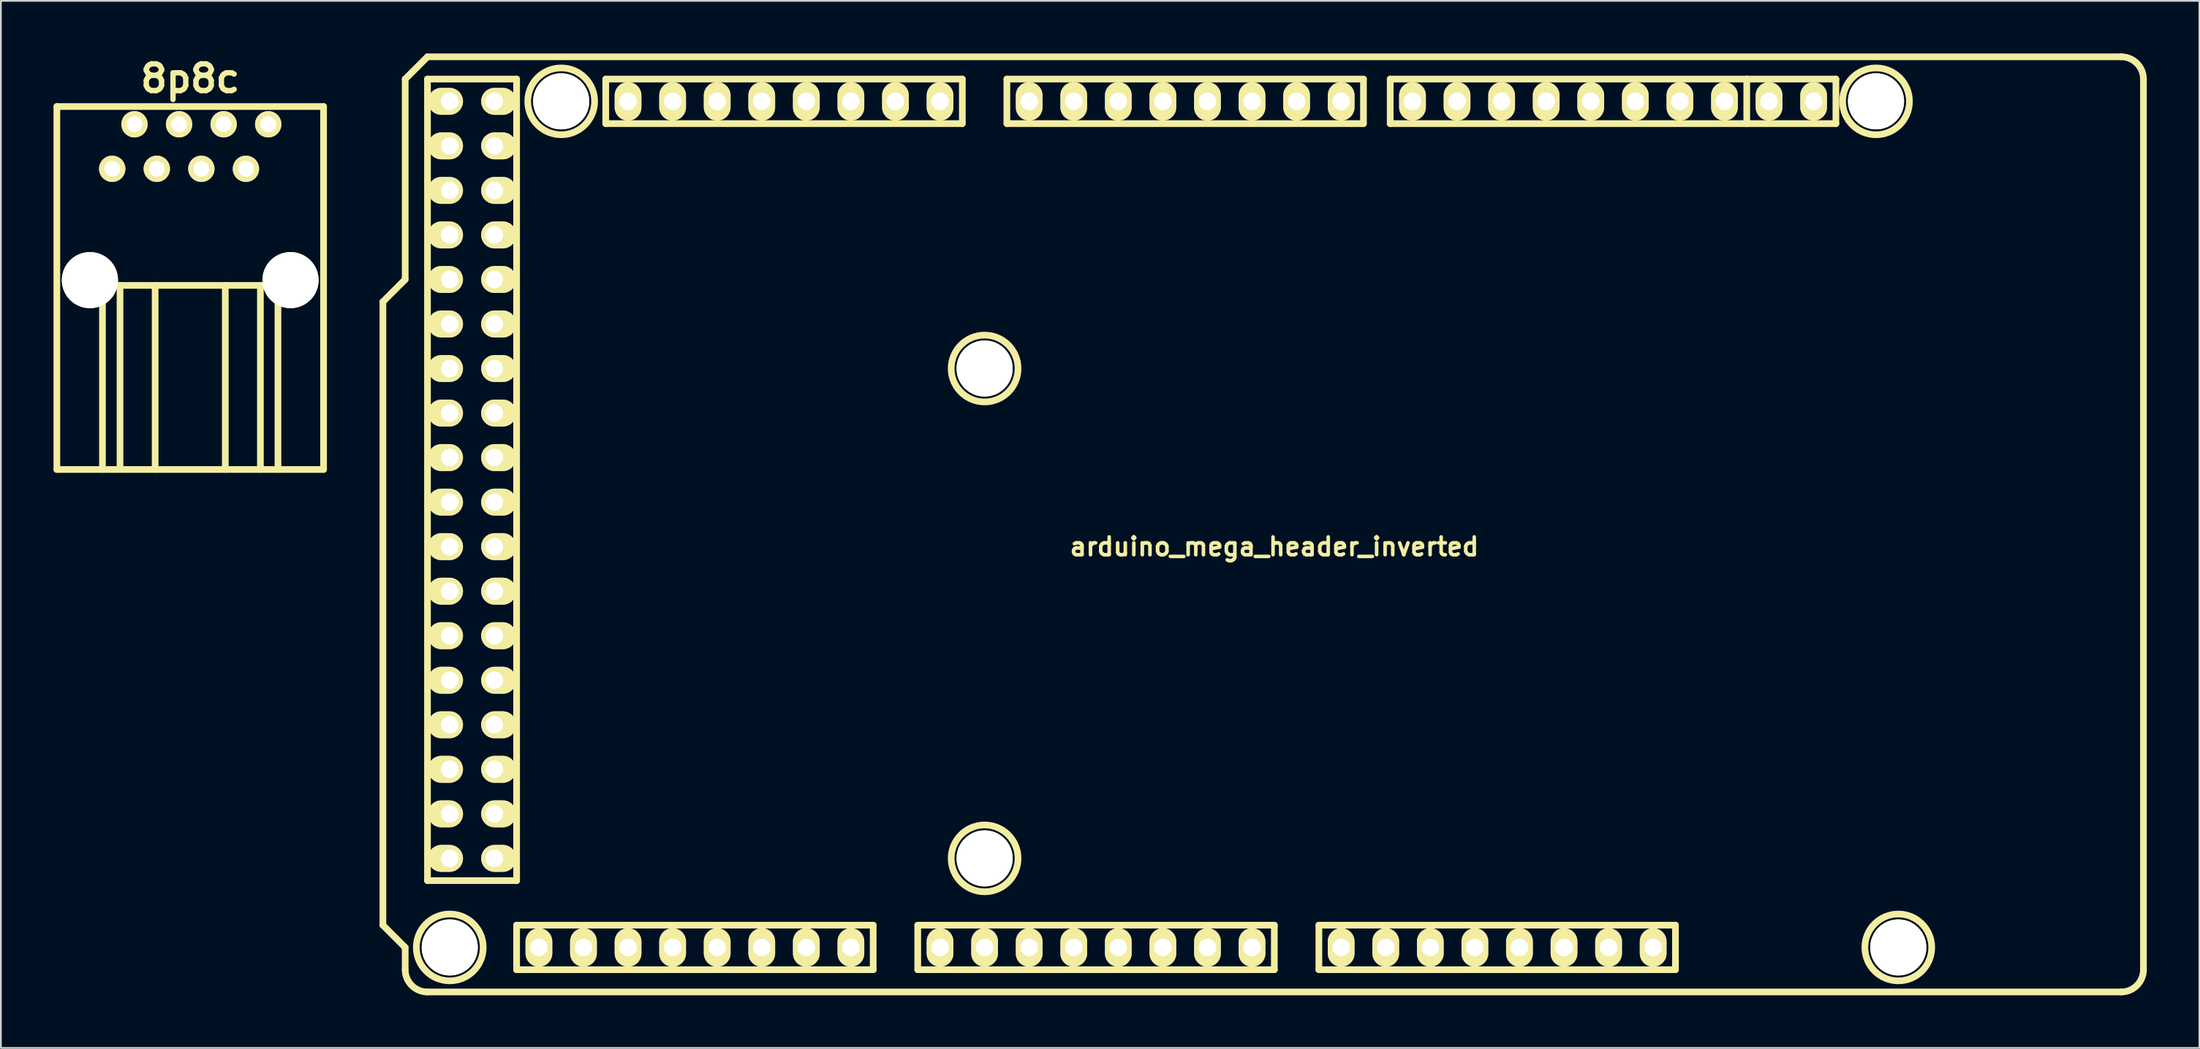
<source format=kicad_pcb>
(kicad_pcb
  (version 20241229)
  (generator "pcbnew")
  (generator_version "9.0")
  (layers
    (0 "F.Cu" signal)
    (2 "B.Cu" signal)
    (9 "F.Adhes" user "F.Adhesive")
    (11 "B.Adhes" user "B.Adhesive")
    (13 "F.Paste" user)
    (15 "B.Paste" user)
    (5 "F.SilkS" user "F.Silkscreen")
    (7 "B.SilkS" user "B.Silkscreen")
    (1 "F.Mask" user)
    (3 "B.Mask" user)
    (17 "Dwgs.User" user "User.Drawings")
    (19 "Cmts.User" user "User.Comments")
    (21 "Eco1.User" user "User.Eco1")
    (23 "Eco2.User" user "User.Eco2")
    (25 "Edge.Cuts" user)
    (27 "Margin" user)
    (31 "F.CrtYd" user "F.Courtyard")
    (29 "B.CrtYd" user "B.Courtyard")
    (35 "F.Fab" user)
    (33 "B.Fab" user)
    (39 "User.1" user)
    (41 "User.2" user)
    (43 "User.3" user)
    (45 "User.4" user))
  (footprint "8p8c"
    (layer "F.Cu")
    (at 7.79 12.928)
    (property "Reference" "8p8c" (at 0 -11.501 0) (layer "F.SilkS") (effects (font (size 1.524 1.524) (thickness 0.305))))
    (attr through_hole)
    (fp_line (start -7.6 -9.901) (end 7.6 -9.901) (stroke (width 0.381) (type solid)) (layer "F.SilkS"))
    (fp_line (start -7.6 10.8) (end -7.6 -9.901) (stroke (width 0.381) (type solid)) (layer "F.SilkS"))
    (fp_line (start -7.6 10.8) (end 7.6 10.8) (stroke (width 0.381) (type solid)) (layer "F.SilkS"))
    (fp_line (start -5.001 0.3) (end -5.001 10.8) (stroke (width 0.381) (type solid)) (layer "F.SilkS"))
    (fp_line (start -5.001 0.3) (end 5.001 0.3) (stroke (width 0.381) (type solid)) (layer "F.SilkS"))
    (fp_line (start -4 10.8) (end -4 0.3) (stroke (width 0.381) (type solid)) (layer "F.SilkS"))
    (fp_line (start -1.999 10.8) (end -1.999 0.3) (stroke (width 0.381) (type solid)) (layer "F.SilkS"))
    (fp_line (start 1.999 10.8) (end 1.999 0.3) (stroke (width 0.381) (type solid)) (layer "F.SilkS"))
    (fp_line (start 4 0.3) (end 4 10.8) (stroke (width 0.381) (type solid)) (layer "F.SilkS"))
    (fp_line (start 5.001 0.3) (end 5.001 10.8) (stroke (width 0.381) (type solid)) (layer "F.SilkS"))
    (fp_line (start 7.6 -9.901) (end 7.6 10.8) (stroke (width 0.381) (type solid)) (layer "F.SilkS"))
    (pad "" np_thru_hole circle (at -5.715 0) (size 3.2 3.2) (drill 3.2) (layers "*.Cu" "*.Mask" "F.SilkS"))
    (pad "" np_thru_hole circle (at 5.715 0) (size 3.2 3.2) (drill 3.2) (layers "*.Cu" "*.Mask" "F.SilkS"))
    (pad "1" thru_hole circle (at -4.445 -6.35) (size 1.501 1.501) (drill 0.899) (layers "*.Cu" "*.Mask" "F.SilkS"))
    (pad "2" thru_hole circle (at -3.175 -8.89) (size 1.501 1.501) (drill 0.899) (layers "*.Cu" "*.Mask" "F.SilkS"))
    (pad "3" thru_hole circle (at -1.905 -6.35) (size 1.501 1.501) (drill 0.899) (layers "*.Cu" "*.Mask" "F.SilkS"))
    (pad "4" thru_hole circle (at -0.635 -8.89) (size 1.501 1.501) (drill 0.899) (layers "*.Cu" "*.Mask" "F.SilkS"))
    (pad "5" thru_hole circle (at 0.635 -6.35) (size 1.501 1.501) (drill 0.899) (layers "*.Cu" "*.Mask" "F.SilkS"))
    (pad "6" thru_hole circle (at 1.905 -8.89) (size 1.501 1.501) (drill 0.899) (layers "*.Cu" "*.Mask" "F.SilkS"))
    (pad "7" thru_hole circle (at 3.175 -6.35) (size 1.501 1.501) (drill 0.899) (layers "*.Cu" "*.Mask" "F.SilkS"))
    (pad "8" thru_hole circle (at 4.445 -8.89) (size 1.501 1.501) (drill 0.899) (layers "*.Cu" "*.Mask" "F.SilkS")))
  (footprint "arduino_mega_header_inverted"
    (layer "F.Cu")
    (at 69.571 26.86)
    (property "Reference" "arduino_mega_header_inverted" (at 0 1.27 0) (layer "F.SilkS") (effects (font (size 1.016 1.016) (thickness 0.203))))
    (attr through_hole)
    (fp_line (start -50.8 -12.7) (end -50.8 22.86) (stroke (width 0.381) (type solid)) (layer "F.SilkS"))
    (fp_line (start -50.8 22.86) (end -49.53 24.13) (stroke (width 0.381) (type solid)) (layer "F.SilkS"))
    (fp_line (start -49.53 -25.4) (end -49.53 -13.97) (stroke (width 0.381) (type solid)) (layer "F.SilkS"))
    (fp_line (start -49.53 -13.97) (end -50.8 -12.7) (stroke (width 0.381) (type solid)) (layer "F.SilkS"))
    (fp_line (start -49.53 24.13) (end -49.53 25.4) (stroke (width 0.381) (type solid)) (layer "F.SilkS"))
    (fp_line (start -48.26 -26.67) (end -49.53 -25.4) (stroke (width 0.381) (type solid)) (layer "F.SilkS"))
    (fp_line (start -48.26 -25.4) (end -43.18 -25.4) (stroke (width 0.381) (type solid)) (layer "F.SilkS"))
    (fp_line (start -48.26 20.32) (end -48.26 -25.4) (stroke (width 0.381) (type solid)) (layer "F.SilkS"))
    (fp_line (start -43.18 -25.4) (end -43.18 20.32) (stroke (width 0.381) (type solid)) (layer "F.SilkS"))
    (fp_line (start -43.18 20.32) (end -48.26 20.32) (stroke (width 0.381) (type solid)) (layer "F.SilkS"))
    (fp_line (start -43.18 22.86) (end -43.18 25.4) (stroke (width 0.381) (type solid)) (layer "F.SilkS"))
    (fp_line (start -43.18 25.4) (end -22.86 25.4) (stroke (width 0.381) (type solid)) (layer "F.SilkS"))
    (fp_line (start -38.1 -25.4) (end -17.78 -25.4) (stroke (width 0.381) (type solid)) (layer "F.SilkS"))
    (fp_line (start -38.1 -22.86) (end -38.1 -25.4) (stroke (width 0.381) (type solid)) (layer "F.SilkS"))
    (fp_line (start -22.86 22.86) (end -43.18 22.86) (stroke (width 0.381) (type solid)) (layer "F.SilkS"))
    (fp_line (start -22.86 25.4) (end -22.86 22.86) (stroke (width 0.381) (type solid)) (layer "F.SilkS"))
    (fp_line (start -20.32 22.86) (end 0 22.86) (stroke (width 0.381) (type solid)) (layer "F.SilkS"))
    (fp_line (start -20.32 25.4) (end -20.32 22.86) (stroke (width 0.381) (type solid)) (layer "F.SilkS"))
    (fp_line (start -17.78 -25.4) (end -17.78 -22.86) (stroke (width 0.381) (type solid)) (layer "F.SilkS"))
    (fp_line (start -17.78 -22.86) (end -38.1 -22.86) (stroke (width 0.381) (type solid)) (layer "F.SilkS"))
    (fp_line (start -15.24 -25.4) (end -15.24 -22.86) (stroke (width 0.381) (type solid)) (layer "F.SilkS"))
    (fp_line (start -15.24 -22.86) (end 5.08 -22.86) (stroke (width 0.381) (type solid)) (layer "F.SilkS"))
    (fp_line (start 0 22.86) (end 0 25.4) (stroke (width 0.381) (type solid)) (layer "F.SilkS"))
    (fp_line (start 0 25.4) (end -20.32 25.4) (stroke (width 0.381) (type solid)) (layer "F.SilkS"))
    (fp_line (start 2.54 22.86) (end 2.54 25.4) (stroke (width 0.381) (type solid)) (layer "F.SilkS"))
    (fp_line (start 2.54 22.86) (end 22.86 22.86) (stroke (width 0.381) (type solid)) (layer "F.SilkS"))
    (fp_line (start 5.08 -25.4) (end -15.24 -25.4) (stroke (width 0.381) (type solid)) (layer "F.SilkS"))
    (fp_line (start 5.08 -22.86) (end 5.08 -25.4) (stroke (width 0.381) (type solid)) (layer "F.SilkS"))
    (fp_line (start 6.604 -25.4) (end 26.924 -25.4) (stroke (width 0.381) (type solid)) (layer "F.SilkS"))
    (fp_line (start 6.604 -22.86) (end 6.604 -25.4) (stroke (width 0.381) (type solid)) (layer "F.SilkS"))
    (fp_line (start 6.604 -22.86) (end 26.924 -22.86) (stroke (width 0.381) (type solid)) (layer "F.SilkS"))
    (fp_line (start 22.86 25.4) (end 2.54 25.4) (stroke (width 0.381) (type solid)) (layer "F.SilkS"))
    (fp_line (start 22.86 25.4) (end 22.86 22.86) (stroke (width 0.381) (type solid)) (layer "F.SilkS"))
    (fp_line (start 26.924 -25.4) (end 32.004 -25.4) (stroke (width 0.381) (type solid)) (layer "F.SilkS"))
    (fp_line (start 26.924 -22.86) (end 26.924 -25.4) (stroke (width 0.381) (type solid)) (layer "F.SilkS"))
    (fp_line (start 32.004 -25.4) (end 32.004 -22.86) (stroke (width 0.381) (type solid)) (layer "F.SilkS"))
    (fp_line (start 32.004 -22.86) (end 26.924 -22.86) (stroke (width 0.381) (type solid)) (layer "F.SilkS"))
    (fp_line (start 48.26 -26.67) (end -48.26 -26.67) (stroke (width 0.381) (type solid)) (layer "F.SilkS"))
    (fp_line (start 48.26 26.67) (end -48.26 26.67) (stroke (width 0.381) (type solid)) (layer "F.SilkS"))
    (fp_line (start 49.53 25.4) (end 49.53 -25.4) (stroke (width 0.381) (type solid)) (layer "F.SilkS"))
    (fp_arc (start -48.26 26.67) (mid -49.158026 26.298026) (end -49.53 25.4) (stroke (width 0.381) (type solid)) (layer "F.SilkS"))
    (fp_arc (start 48.26 -26.67) (mid 49.158026 -26.298026) (end 49.53 -25.4) (stroke (width 0.381) (type solid)) (layer "F.SilkS"))
    (fp_arc (start 49.53 25.4) (mid 49.158026 26.298026) (end 48.26 26.67) (stroke (width 0.381) (type solid)) (layer "F.SilkS"))
    (fp_circle (center -46.99 24.13) (end -48.895 24.13) (stroke (width 0.381) (type solid)) (fill no) (layer "F.SilkS"))
    (fp_circle (center -40.64 -24.13) (end -42.545 -24.13) (stroke (width 0.381) (type solid)) (fill no) (layer "F.SilkS"))
    (fp_circle (center -16.51 -8.89) (end -18.415 -8.89) (stroke (width 0.381) (type solid)) (fill no) (layer "F.SilkS"))
    (fp_circle (center -16.51 19.05) (end -18.415 19.05) (stroke (width 0.381) (type solid)) (fill no) (layer "F.SilkS"))
    (fp_circle (center 34.29 -24.13) (end 32.385 -24.13) (stroke (width 0.381) (type solid)) (fill no) (layer "F.SilkS"))
    (fp_circle (center 35.56 24.13) (end 33.655 24.13) (stroke (width 0.381) (type solid)) (fill no) (layer "F.SilkS"))
    (pad "" np_thru_hole circle (at -46.99 24.13) (size 3.198 3.198) (drill 3.198) (layers "*.Cu" "*.Mask" "F.SilkS"))
    (pad "" np_thru_hole circle (at -40.64 -24.13) (size 3.198 3.198) (drill 3.198) (layers "*.Cu" "*.Mask" "F.SilkS"))
    (pad "" np_thru_hole circle (at -16.51 -8.89) (size 3.198 3.198) (drill 3.198) (layers "*.Cu" "*.Mask" "F.SilkS"))
    (pad "" np_thru_hole circle (at -16.51 19.05) (size 3.198 3.198) (drill 3.198) (layers "*.Cu" "*.Mask" "F.SilkS"))
    (pad "" np_thru_hole circle (at 34.29 -24.13) (size 3.198 3.198) (drill 3.198) (layers "*.Cu" "*.Mask" "F.SilkS"))
    (pad "" np_thru_hole circle (at 35.56 24.13) (size 3.198 3.198) (drill 3.198) (layers "*.Cu" "*.Mask" "F.SilkS"))
    (pad "1" thru_hole oval (at 21.59 24.13) (size 1.524 2.2) (drill 1.001) (layers "*.Cu" "*.Mask" "F.SilkS"))
    (pad "2" thru_hole oval (at 19.05 24.13) (size 1.524 2.2) (drill 1.001) (layers "*.Cu" "*.Mask" "F.SilkS"))
    (pad "3" thru_hole oval (at 16.51 24.13) (size 1.524 2.2) (drill 1.001) (layers "*.Cu" "*.Mask" "F.SilkS"))
    (pad "4" thru_hole oval (at 13.97 24.13) (size 1.524 2.2) (drill 1.001) (layers "*.Cu" "*.Mask" "F.SilkS"))
    (pad "5" thru_hole oval (at 11.43 24.13) (size 1.524 2.2) (drill 1.001) (layers "*.Cu" "*.Mask" "F.SilkS"))
    (pad "6" thru_hole oval (at 8.89 24.13) (size 1.524 2.2) (drill 1.001) (layers "*.Cu" "*.Mask" "F.SilkS"))
    (pad "7" thru_hole oval (at 6.35 24.13) (size 1.524 2.2) (drill 1.001) (layers "*.Cu" "*.Mask" "F.SilkS"))
    (pad "8" thru_hole oval (at 3.81 24.13) (size 1.524 2.2) (drill 1.001) (layers "*.Cu" "*.Mask" "F.SilkS"))
    (pad "9" thru_hole oval (at -1.27 24.13) (size 1.524 2.2) (drill 1.001) (layers "*.Cu" "*.Mask" "F.SilkS"))
    (pad "10" thru_hole oval (at -3.81 24.13) (size 1.524 2.2) (drill 1.001) (layers "*.Cu" "*.Mask" "F.SilkS"))
    (pad "11" thru_hole oval (at -6.35 24.13) (size 1.524 2.2) (drill 1.001) (layers "*.Cu" "*.Mask" "F.SilkS"))
    (pad "12" thru_hole oval (at -8.89 24.13) (size 1.524 2.2) (drill 1.001) (layers "*.Cu" "*.Mask" "F.SilkS"))
    (pad "13" thru_hole oval (at -11.43 24.13) (size 1.524 2.2) (drill 1.001) (layers "*.Cu" "*.Mask" "F.SilkS"))
    (pad "14" thru_hole oval (at -13.97 24.13) (size 1.524 2.2) (drill 1.001) (layers "*.Cu" "*.Mask" "F.SilkS"))
    (pad "15" thru_hole oval (at -16.51 24.13) (size 1.524 2.2) (drill 1.001) (layers "*.Cu" "*.Mask" "F.SilkS"))
    (pad "16" thru_hole oval (at -19.05 24.13) (size 1.524 2.2) (drill 1.001) (layers "*.Cu" "*.Mask" "F.SilkS"))
    (pad "17" thru_hole oval (at -24.13 24.13) (size 1.524 2.2) (drill 1.001) (layers "*.Cu" "*.Mask" "F.SilkS"))
    (pad "18" thru_hole oval (at -26.67 24.13) (size 1.524 2.2) (drill 1.001) (layers "*.Cu" "*.Mask" "F.SilkS"))
    (pad "19" thru_hole oval (at -29.21 24.13) (size 1.524 2.2) (drill 1.001) (layers "*.Cu" "*.Mask" "F.SilkS"))
    (pad "20" thru_hole oval (at -31.75 24.13) (size 1.524 2.197) (drill 1.001) (layers "*.Cu" "*.Mask" "F.SilkS"))
    (pad "21" thru_hole oval (at -34.29 24.13) (size 1.524 2.197) (drill 1.001) (layers "*.Cu" "*.Mask" "F.SilkS"))
    (pad "22" thru_hole oval (at -36.83 24.13) (size 1.524 2.197) (drill 1.001) (layers "*.Cu" "*.Mask" "F.SilkS"))
    (pad "23" thru_hole oval (at -39.37 24.13) (size 1.524 2.197) (drill 1.001) (layers "*.Cu" "*.Mask" "F.SilkS"))
    (pad "24" thru_hole oval (at -41.91 24.13) (size 1.524 2.197) (drill 1.001) (layers "*.Cu" "*.Mask" "F.SilkS"))
    (pad "25" thru_hole oval (at -44.45 19.05) (size 1.999 1.539) (drill 1.001 (offset 0.249 0)) (layers "*.Cu" "*.Mask" "F.SilkS"))
    (pad "26" thru_hole oval (at -44.45 16.51) (size 1.999 1.539) (drill 1.001 (offset 0.249 0)) (layers "*.Cu" "*.Mask" "F.SilkS"))
    (pad "27" thru_hole oval (at -44.45 13.97) (size 1.999 1.539) (drill 1.001 (offset 0.249 0)) (layers "*.Cu" "*.Mask" "F.SilkS"))
    (pad "28" thru_hole oval (at -44.45 11.43) (size 1.999 1.539) (drill 1.001 (offset 0.249 0)) (layers "*.Cu" "*.Mask" "F.SilkS"))
    (pad "29" thru_hole oval (at -44.45 8.89) (size 1.999 1.539) (drill 1.001 (offset 0.249 0)) (layers "*.Cu" "*.Mask" "F.SilkS"))
    (pad "30" thru_hole oval (at -44.45 6.35) (size 1.999 1.539) (drill 1.001 (offset 0.249 0)) (layers "*.Cu" "*.Mask" "F.SilkS"))
    (pad "31" thru_hole oval (at -44.45 3.81) (size 1.999 1.539) (drill 1.001 (offset 0.249 0)) (layers "*.Cu" "*.Mask" "F.SilkS"))
    (pad "32" thru_hole oval (at -44.45 1.27) (size 1.999 1.539) (drill 1.001 (offset 0.249 0)) (layers "*.Cu" "*.Mask" "F.SilkS"))
    (pad "33" thru_hole oval (at -44.45 -1.27) (size 1.999 1.539) (drill 1.001 (offset 0.249 0)) (layers "*.Cu" "*.Mask" "F.SilkS"))
    (pad "34" thru_hole oval (at -44.45 -3.81) (size 1.999 1.539) (drill 1.001 (offset 0.249 0)) (layers "*.Cu" "*.Mask" "F.SilkS"))
    (pad "35" thru_hole oval (at -44.45 -6.35) (size 1.999 1.539) (drill 1.001 (offset 0.249 0)) (layers "*.Cu" "*.Mask" "F.SilkS"))
    (pad "36" thru_hole oval (at -44.45 -8.89) (size 1.999 1.539) (drill 1.001 (offset 0.249 0)) (layers "*.Cu" "*.Mask" "F.SilkS"))
    (pad "37" thru_hole oval (at -44.45 -11.43) (size 1.999 1.539) (drill 1.001 (offset 0.249 0)) (layers "*.Cu" "*.Mask" "F.SilkS"))
    (pad "38" thru_hole oval (at -44.45 -13.97) (size 1.999 1.539) (drill 1.001 (offset 0.249 0)) (layers "*.Cu" "*.Mask" "F.SilkS"))
    (pad "39" thru_hole oval (at -44.45 -16.51) (size 1.999 1.539) (drill 1.001 (offset 0.249 0)) (layers "*.Cu" "*.Mask" "F.SilkS"))
    (pad "40" thru_hole oval (at -44.45 -19.05) (size 1.999 1.539) (drill 1.001 (offset 0.249 0)) (layers "*.Cu" "*.Mask" "F.SilkS"))
    (pad "41" thru_hole oval (at -44.45 -21.59) (size 1.999 1.539) (drill 1.001 (offset 0.249 0)) (layers "*.Cu" "*.Mask" "F.SilkS"))
    (pad "42" thru_hole oval (at -44.45 -24.13) (size 1.999 1.539) (drill 1.001 (offset 0.249 0)) (layers "*.Cu" "*.Mask" "F.SilkS"))
    (pad "43" thru_hole oval (at -46.99 19.05) (size 1.999 1.537) (drill 1.001 (offset -0.246 0)) (layers "*.Cu" "*.Mask" "F.SilkS"))
    (pad "44" thru_hole oval (at -46.99 16.51) (size 1.999 1.537) (drill 1.001 (offset -0.246 0)) (layers "*.Cu" "*.Mask" "F.SilkS"))
    (pad "45" thru_hole oval (at -46.99 13.97) (size 1.999 1.537) (drill 1.001 (offset -0.246 0)) (layers "*.Cu" "*.Mask" "F.SilkS"))
    (pad "46" thru_hole oval (at -46.99 11.43) (size 1.999 1.537) (drill 1.001 (offset -0.246 0)) (layers "*.Cu" "*.Mask" "F.SilkS"))
    (pad "47" thru_hole oval (at -46.99 8.89) (size 1.999 1.537) (drill 1.001 (offset -0.246 0)) (layers "*.Cu" "*.Mask" "F.SilkS"))
    (pad "48" thru_hole oval (at -46.99 6.35) (size 1.999 1.537) (drill 1.001 (offset -0.246 0)) (layers "*.Cu" "*.Mask" "F.SilkS"))
    (pad "49" thru_hole oval (at -46.99 3.81) (size 1.999 1.537) (drill 1.001 (offset -0.246 0)) (layers "*.Cu" "*.Mask" "F.SilkS"))
    (pad "50" thru_hole oval (at -46.99 1.27) (size 1.999 1.537) (drill 1.001 (offset -0.246 0)) (layers "*.Cu" "*.Mask" "F.SilkS"))
    (pad "51" thru_hole oval (at -46.99 -1.27) (size 1.999 1.537) (drill 1.001 (offset -0.246 0)) (layers "*.Cu" "*.Mask" "F.SilkS"))
    (pad "52" thru_hole oval (at -46.99 -3.81) (size 1.999 1.537) (drill 1.001 (offset -0.246 0)) (layers "*.Cu" "*.Mask" "F.SilkS"))
    (pad "53" thru_hole oval (at -46.99 -6.35) (size 1.999 1.537) (drill 1.001 (offset -0.246 0)) (layers "*.Cu" "*.Mask" "F.SilkS"))
    (pad "54" thru_hole oval (at -46.99 -8.89) (size 1.999 1.537) (drill 1.001 (offset -0.246 0)) (layers "*.Cu" "*.Mask" "F.SilkS"))
    (pad "55" thru_hole oval (at -46.99 -11.43) (size 1.999 1.537) (drill 1.001 (offset -0.246 0)) (layers "*.Cu" "*.Mask" "F.SilkS"))
    (pad "56" thru_hole oval (at -46.99 -13.97) (size 1.999 1.537) (drill 1.001 (offset -0.246 0)) (layers "*.Cu" "*.Mask" "F.SilkS"))
    (pad "57" thru_hole oval (at -46.99 -16.51) (size 1.999 1.537) (drill 1.001 (offset -0.246 0)) (layers "*.Cu" "*.Mask" "F.SilkS"))
    (pad "58" thru_hole oval (at -46.99 -19.05) (size 1.999 1.537) (drill 1.001 (offset -0.246 0)) (layers "*.Cu" "*.Mask" "F.SilkS"))
    (pad "59" thru_hole oval (at -46.99 -21.59) (size 1.999 1.537) (drill 1.001 (offset -0.246 0)) (layers "*.Cu" "*.Mask" "F.SilkS"))
    (pad "60" thru_hole oval (at -46.99 -24.13) (size 1.999 1.537) (drill 1.001 (offset -0.246 0)) (layers "*.Cu" "*.Mask" "F.SilkS"))
    (pad "61" thru_hole oval (at -36.83 -24.13) (size 1.524 2.197) (drill 1.001) (layers "*.Cu" "*.Mask" "F.SilkS"))
    (pad "62" thru_hole oval (at -34.29 -24.13) (size 1.524 2.197) (drill 1.001) (layers "*.Cu" "*.Mask" "F.SilkS"))
    (pad "63" thru_hole oval (at -31.75 -24.13) (size 1.524 2.197) (drill 1.001) (layers "*.Cu" "*.Mask" "F.SilkS"))
    (pad "64" thru_hole oval (at -29.21 -24.13) (size 1.524 2.197) (drill 1.001) (layers "*.Cu" "*.Mask" "F.SilkS"))
    (pad "65" thru_hole oval (at -26.67 -24.13) (size 1.524 2.197) (drill 1.001) (layers "*.Cu" "*.Mask" "F.SilkS"))
    (pad "66" thru_hole oval (at -24.13 -24.13) (size 1.524 2.197) (drill 1.001) (layers "*.Cu" "*.Mask" "F.SilkS"))
    (pad "67" thru_hole oval (at -21.59 -24.13) (size 1.524 2.197) (drill 1.001) (layers "*.Cu" "*.Mask" "F.SilkS"))
    (pad "68" thru_hole oval (at -19.05 -24.13) (size 1.524 2.197) (drill 1.001) (layers "*.Cu" "*.Mask" "F.SilkS"))
    (pad "69" thru_hole oval (at -13.97 -24.13) (size 1.524 2.197) (drill 1.001) (layers "*.Cu" "*.Mask" "F.SilkS"))
    (pad "70" thru_hole oval (at -11.43 -24.13) (size 1.524 2.197) (drill 1.001) (layers "*.Cu" "*.Mask" "F.SilkS"))
    (pad "71" thru_hole oval (at -8.89 -24.13) (size 1.524 2.197) (drill 1.001) (layers "*.Cu" "*.Mask" "F.SilkS"))
    (pad "72" thru_hole oval (at -6.35 -24.13) (size 1.524 2.197) (drill 1.001) (layers "*.Cu" "*.Mask" "F.SilkS"))
    (pad "73" thru_hole oval (at -3.81 -24.13) (size 1.524 2.197) (drill 1.001) (layers "*.Cu" "*.Mask" "F.SilkS"))
    (pad "74" thru_hole oval (at -1.27 -24.13) (size 1.524 2.197) (drill 1.001) (layers "*.Cu" "*.Mask" "F.SilkS"))
    (pad "75" thru_hole oval (at 1.27 -24.13) (size 1.524 2.197) (drill 1.001) (layers "*.Cu" "*.Mask" "F.SilkS"))
    (pad "76" thru_hole oval (at 3.81 -24.13) (size 1.524 2.197) (drill 1.001) (layers "*.Cu" "*.Mask" "F.SilkS"))
    (pad "77" thru_hole oval (at 7.874 -24.13) (size 1.524 2.197) (drill 1.001) (layers "*.Cu" "*.Mask" "F.SilkS"))
    (pad "78" thru_hole oval (at 10.414 -24.13) (size 1.524 2.197) (drill 1.001) (layers "*.Cu" "*.Mask" "F.SilkS"))
    (pad "79" thru_hole oval (at 12.954 -24.13) (size 1.524 2.197) (drill 1.001) (layers "*.Cu" "*.Mask" "F.SilkS"))
    (pad "80" thru_hole oval (at 15.494 -24.13) (size 1.524 2.197) (drill 1.001) (layers "*.Cu" "*.Mask" "F.SilkS"))
    (pad "81" thru_hole oval (at 18.034 -24.13) (size 1.524 2.197) (drill 1.001) (layers "*.Cu" "*.Mask" "F.SilkS"))
    (pad "82" thru_hole oval (at 20.574 -24.13) (size 1.524 2.197) (drill 1.001) (layers "*.Cu" "*.Mask" "F.SilkS"))
    (pad "83" thru_hole oval (at 23.114 -24.13) (size 1.524 2.197) (drill 1.001) (layers "*.Cu" "*.Mask" "F.SilkS"))
    (pad "84" thru_hole oval (at 25.654 -24.13) (size 1.524 2.197) (drill 1.001) (layers "*.Cu" "*.Mask" "F.SilkS"))
    (pad "85" thru_hole oval (at 28.194 -24.13) (size 1.524 2.197) (drill 1.001) (layers "*.Cu" "*.Mask" "F.SilkS"))
    (pad "86" thru_hole oval (at 30.734 -24.13) (size 1.524 2.197) (drill 1.001) (layers "*.Cu" "*.Mask" "F.SilkS")))
  (gr_rect
    (start -3 -3)
    (end 122.291 56.721)
    (stroke (width 0.1) (type default))
    (fill no)
    (layer "Edge.Cuts")))
</source>
